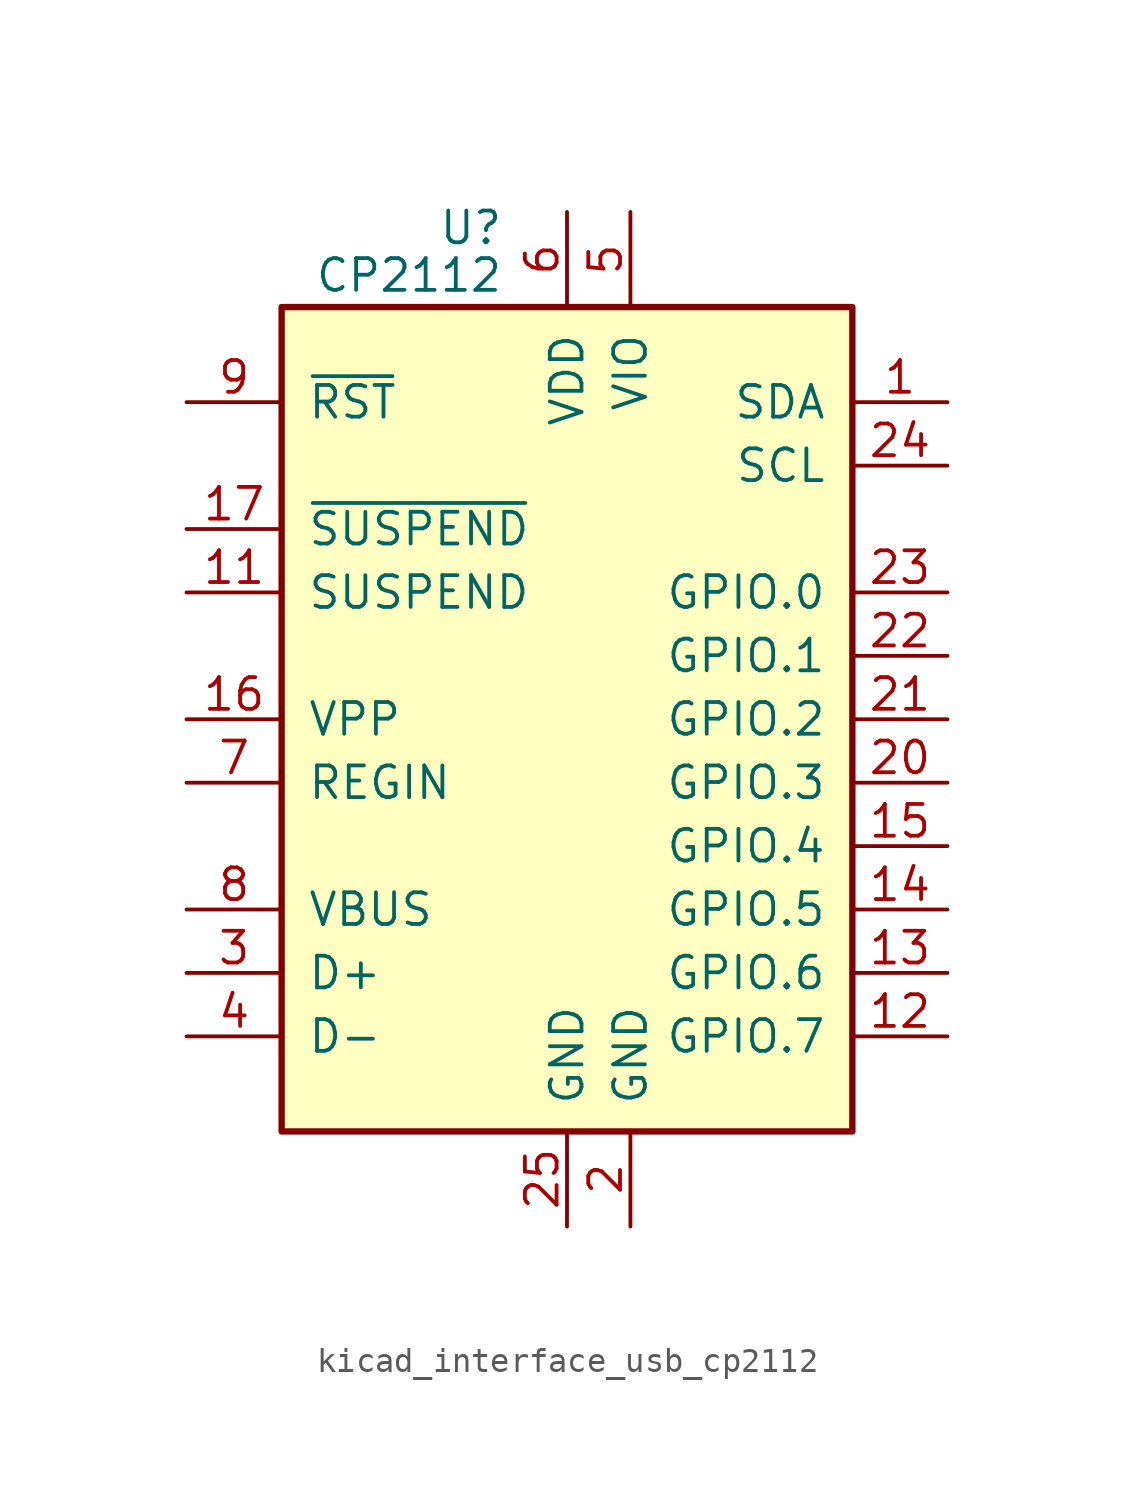
<source format=kicad_sym>
(kicad_symbol_lib
  (version 20220914)
  (generator kicad_symbol_editor)
  (symbol "kicad_interface_usb_cp2112"
    (pin_names
      (offset 1.016))
    (property "Reference" "U"
      (at -2.54 19.685 0)
      (effects (font (size 1.27 1.27)) (justify right)))
    (property "Value" "CP2112"
      (at -2.54 17.78 0)
      (effects (font (size 1.27 1.27)) (justify right)))
    (symbol "kicad_interface_usb_cp2112_0_1"
      (rectangle (start -11.43 16.51) (end 11.43 -16.51) (stroke (width 0.254) (type default)) (fill (type background))))
    (symbol "kicad_interface_usb_cp2112_1_1"
      (pin bidirectional line (at 15.24 12.7 180) (length 3.81) (name "SDA" (effects (font (size 1.27 1.27)))) (number "1" (effects (font (size 1.27 1.27)))))
      (pin no_connect line (at 10.16 -16.51 90) (length 3.81) hide (name "NC" (effects (font (size 1.27 1.27)))) (number "10" (effects (font (size 1.27 1.27)))))
      (pin output line (at -15.24 5.08 0) (length 3.81) (name "SUSPEND" (effects (font (size 1.27 1.27)))) (number "11" (effects (font (size 1.27 1.27)))))
      (pin bidirectional line (at 15.24 -12.7 180) (length 3.81) (name "GPIO.7" (effects (font (size 1.27 1.27)))) (number "12" (effects (font (size 1.27 1.27)))))
      (pin bidirectional line (at 15.24 -10.16 180) (length 3.81) (name "GPIO.6" (effects (font (size 1.27 1.27)))) (number "13" (effects (font (size 1.27 1.27)))))
      (pin bidirectional line (at 15.24 -7.62 180) (length 3.81) (name "GPIO.5" (effects (font (size 1.27 1.27)))) (number "14" (effects (font (size 1.27 1.27)))))
      (pin bidirectional line (at 15.24 -5.08 180) (length 3.81) (name "GPIO.4" (effects (font (size 1.27 1.27)))) (number "15" (effects (font (size 1.27 1.27)))))
      (pin power_in line (at -15.24 0 0) (length 3.81) (name "VPP" (effects (font (size 1.27 1.27)))) (number "16" (effects (font (size 1.27 1.27)))))
      (pin output line (at -15.24 7.62 0) (length 3.81) (name "~{SUSPEND}" (effects (font (size 1.27 1.27)))) (number "17" (effects (font (size 1.27 1.27)))))
      (pin no_connect line (at 5.08 -16.51 90) (length 3.81) hide (name "NC" (effects (font (size 1.27 1.27)))) (number "18" (effects (font (size 1.27 1.27)))))
      (pin no_connect line (at 7.62 -16.51 90) (length 3.81) hide (name "NC" (effects (font (size 1.27 1.27)))) (number "19" (effects (font (size 1.27 1.27)))))
      (pin power_in line (at 2.54 -20.32 90) (length 3.81) (name "GND" (effects (font (size 1.27 1.27)))) (number "2" (effects (font (size 1.27 1.27)))))
      (pin bidirectional line (at 15.24 -2.54 180) (length 3.81) (name "GPIO.3" (effects (font (size 1.27 1.27)))) (number "20" (effects (font (size 1.27 1.27)))))
      (pin bidirectional line (at 15.24 0 180) (length 3.81) (name "GPIO.2" (effects (font (size 1.27 1.27)))) (number "21" (effects (font (size 1.27 1.27)))))
      (pin bidirectional line (at 15.24 2.54 180) (length 3.81) (name "GPIO.1" (effects (font (size 1.27 1.27)))) (number "22" (effects (font (size 1.27 1.27)))))
      (pin bidirectional line (at 15.24 5.08 180) (length 3.81) (name "GPIO.0" (effects (font (size 1.27 1.27)))) (number "23" (effects (font (size 1.27 1.27)))))
      (pin output line (at 15.24 10.16 180) (length 3.81) (name "SCL" (effects (font (size 1.27 1.27)))) (number "24" (effects (font (size 1.27 1.27)))))
      (pin power_in line (at 0 -20.32 90) (length 3.81) (name "GND" (effects (font (size 1.27 1.27)))) (number "25" (effects (font (size 1.27 1.27)))))
      (pin bidirectional line (at -15.24 -10.16 0) (length 3.81) (name "D+" (effects (font (size 1.27 1.27)))) (number "3" (effects (font (size 1.27 1.27)))))
      (pin bidirectional line (at -15.24 -12.7 0) (length 3.81) (name "D-" (effects (font (size 1.27 1.27)))) (number "4" (effects (font (size 1.27 1.27)))))
      (pin power_in line (at 2.54 20.32 270) (length 3.81) (name "VIO" (effects (font (size 1.27 1.27)))) (number "5" (effects (font (size 1.27 1.27)))))
      (pin power_in line (at 0 20.32 270) (length 3.81) (name "VDD" (effects (font (size 1.27 1.27)))) (number "6" (effects (font (size 1.27 1.27)))))
      (pin power_in line (at -15.24 -2.54 0) (length 3.81) (name "REGIN" (effects (font (size 1.27 1.27)))) (number "7" (effects (font (size 1.27 1.27)))))
      (pin input line (at -15.24 -7.62 0) (length 3.81) (name "VBUS" (effects (font (size 1.27 1.27)))) (number "8" (effects (font (size 1.27 1.27)))))
      (pin input line (at -15.24 12.7 0) (length 3.81) (name "~{RST}" (effects (font (size 1.27 1.27)))) (number "9" (effects (font (size 1.27 1.27))))))))
</source>
